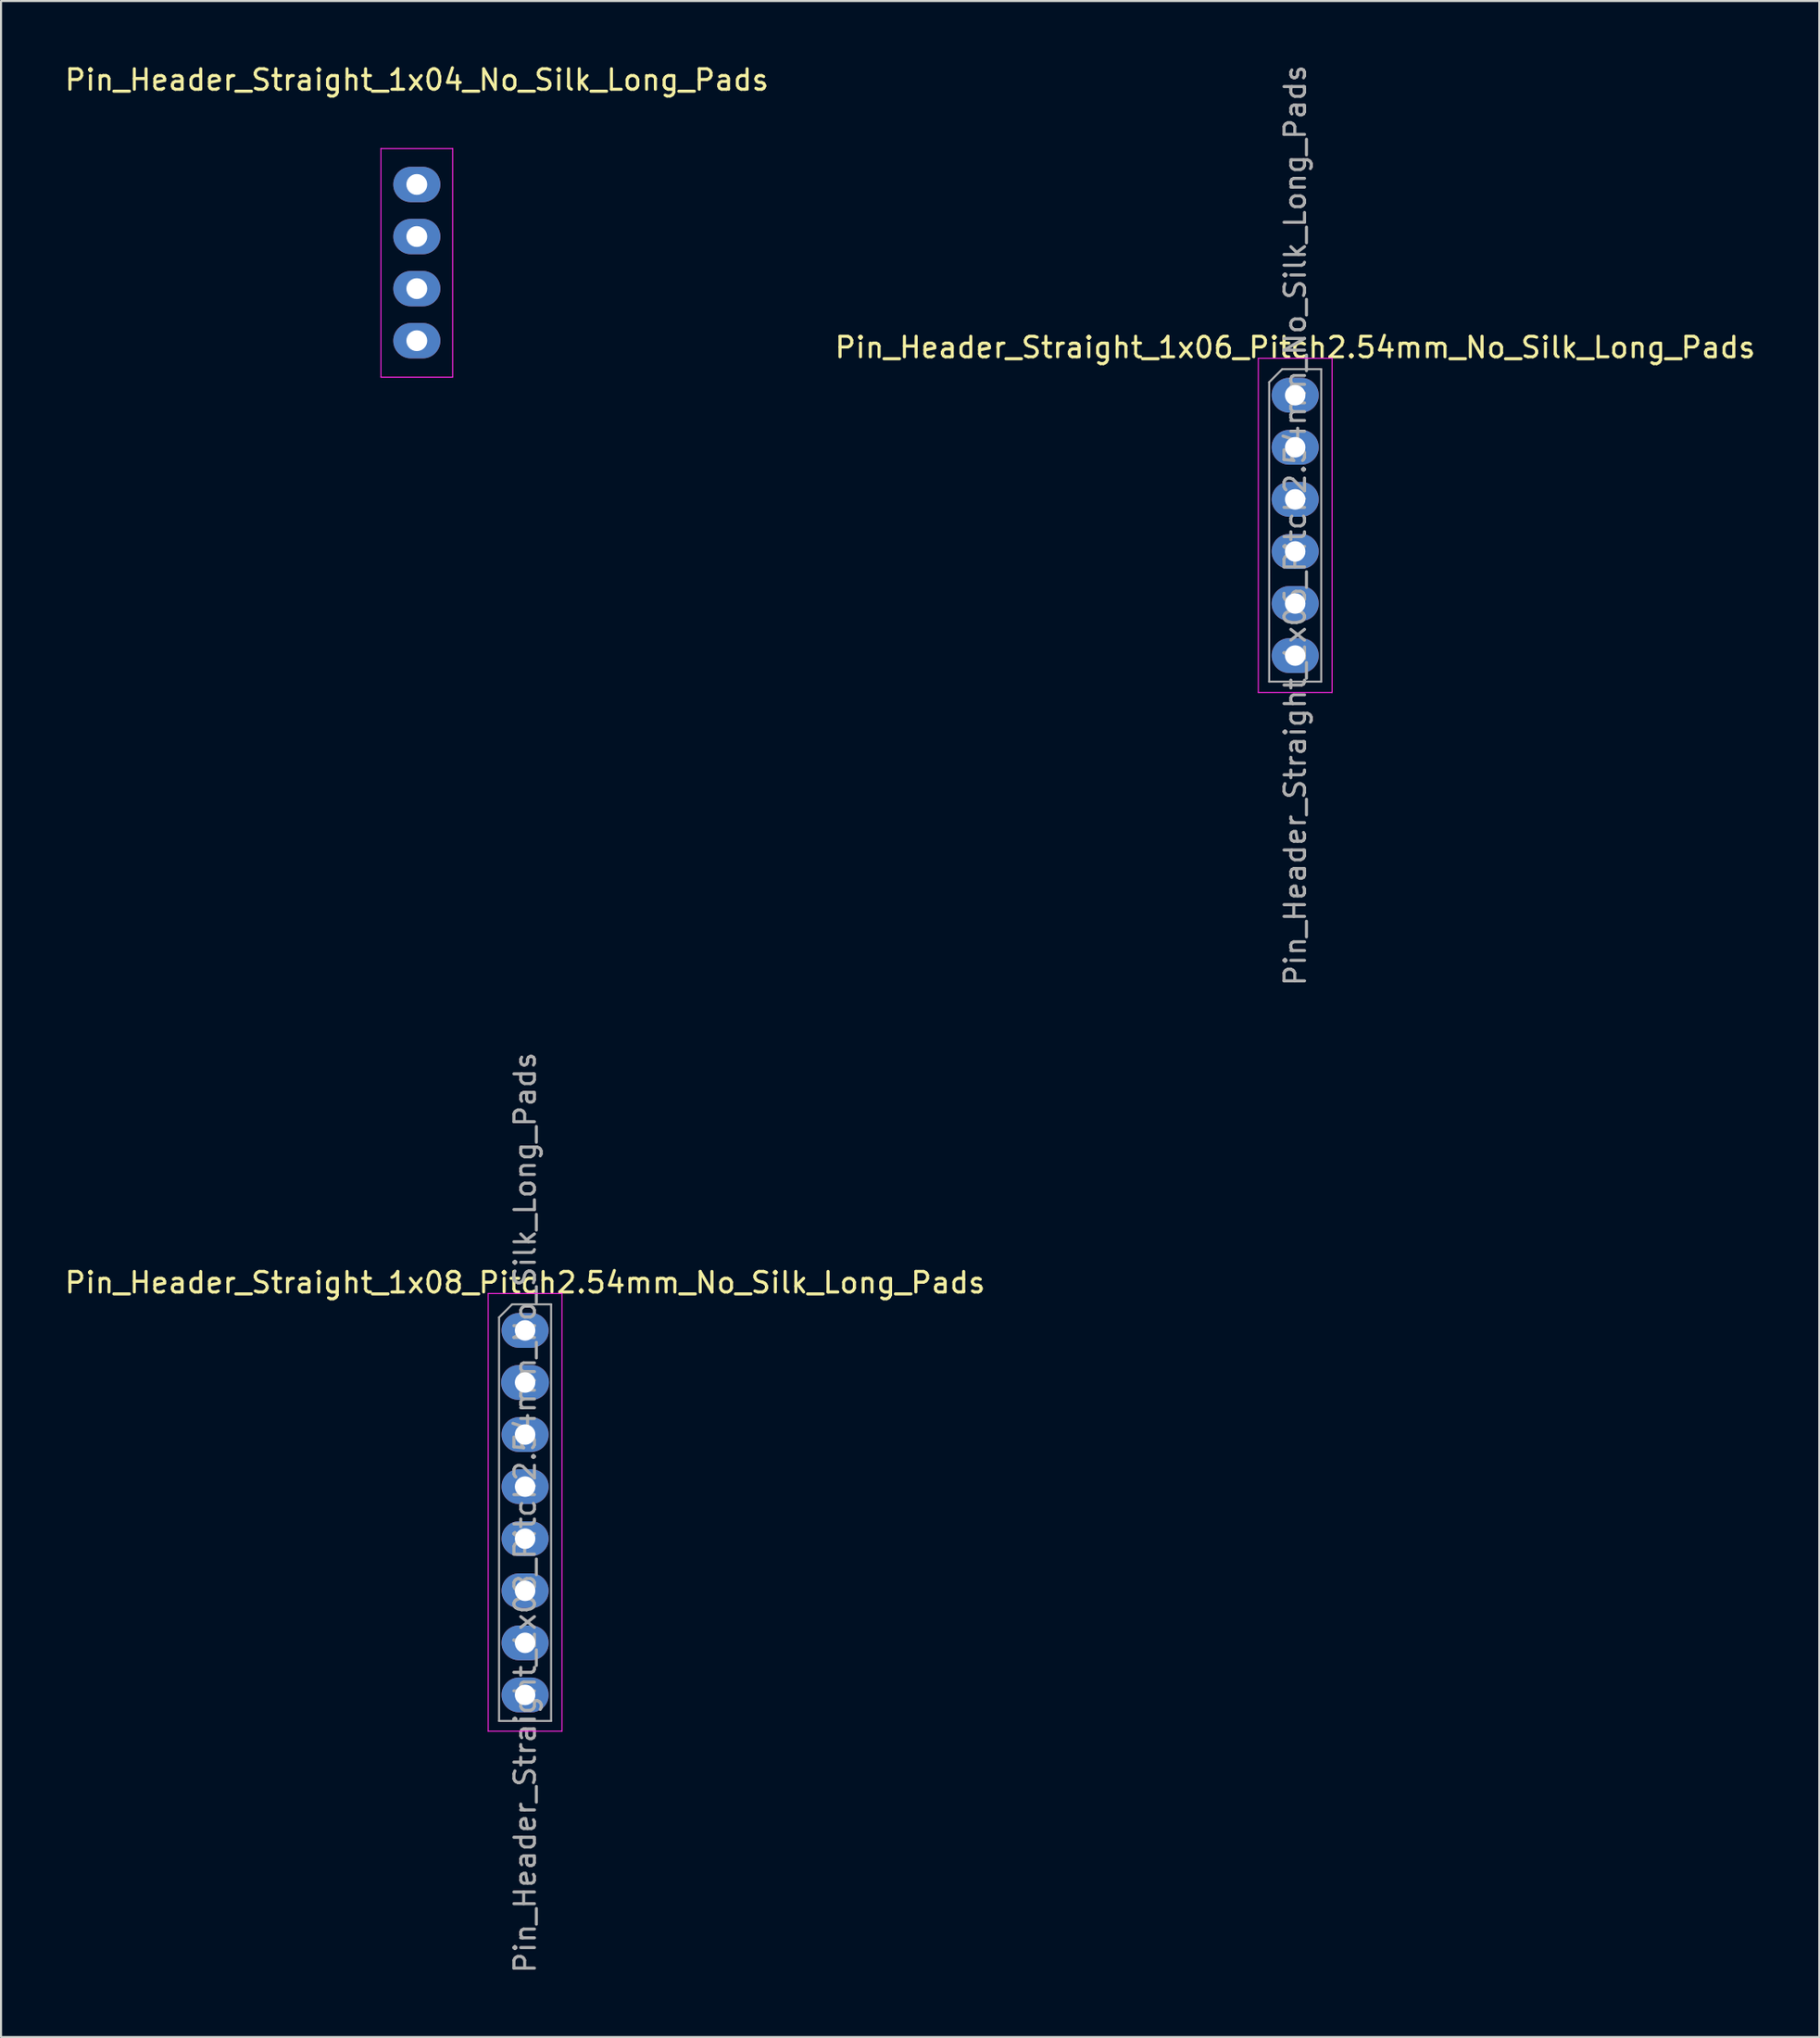
<source format=kicad_pcb>
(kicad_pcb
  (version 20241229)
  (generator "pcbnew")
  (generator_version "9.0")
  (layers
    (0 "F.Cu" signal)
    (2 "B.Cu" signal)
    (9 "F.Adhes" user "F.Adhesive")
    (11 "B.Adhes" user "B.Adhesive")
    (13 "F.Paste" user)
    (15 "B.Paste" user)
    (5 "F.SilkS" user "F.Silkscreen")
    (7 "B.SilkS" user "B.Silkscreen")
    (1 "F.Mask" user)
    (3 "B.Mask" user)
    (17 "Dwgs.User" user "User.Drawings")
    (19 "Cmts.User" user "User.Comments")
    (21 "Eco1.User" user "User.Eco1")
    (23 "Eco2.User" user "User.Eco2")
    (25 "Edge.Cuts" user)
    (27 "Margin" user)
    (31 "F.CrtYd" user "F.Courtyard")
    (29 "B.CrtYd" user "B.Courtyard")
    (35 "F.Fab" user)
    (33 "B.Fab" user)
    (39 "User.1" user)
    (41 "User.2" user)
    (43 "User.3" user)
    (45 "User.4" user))
  (footprint "Pin_Header_Straight_1x06_Pitch2.54mm_No_Silk_Long_Pads"
    (layer "F.Cu")
    (at 60.161 16.227)
    (property "Reference" "Pin_Header_Straight_1x06_Pitch2.54mm_No_Silk_Long_Pads" (at 0 -2.33 0) (layer "F.SilkS") (effects (font (size 1 1) (thickness 0.15))))
    (attr through_hole)
    (fp_line (start -1.8 -1.8) (end -1.8 14.5) (stroke (width 0.05) (type solid)) (layer "F.CrtYd"))
    (fp_line (start -1.8 14.5) (end 1.8 14.5) (stroke (width 0.05) (type solid)) (layer "F.CrtYd"))
    (fp_line (start 1.8 -1.8) (end -1.8 -1.8) (stroke (width 0.05) (type solid)) (layer "F.CrtYd"))
    (fp_line (start 1.8 14.5) (end 1.8 -1.8) (stroke (width 0.05) (type solid)) (layer "F.CrtYd"))
    (fp_line (start -1.27 -0.635) (end -0.635 -1.27) (stroke (width 0.1) (type solid)) (layer "F.Fab"))
    (fp_line (start -1.27 13.97) (end -1.27 -0.635) (stroke (width 0.1) (type solid)) (layer "F.Fab"))
    (fp_line (start -0.635 -1.27) (end 1.27 -1.27) (stroke (width 0.1) (type solid)) (layer "F.Fab"))
    (fp_line (start 1.27 -1.27) (end 1.27 13.97) (stroke (width 0.1) (type solid)) (layer "F.Fab"))
    (fp_line (start 1.27 13.97) (end -1.27 13.97) (stroke (width 0.1) (type solid)) (layer "F.Fab"))
    (fp_text user "${REFERENCE}" (at 0 6.35 90) (layer "F.Fab") (effects (font (size 1 1) (thickness 0.15))))
    (pad "1" thru_hole oval (at 0 0) (size 2.3 1.7) (drill 1) (layers "*.Cu" "*.Mask"))
    (pad "2" thru_hole oval (at 0 2.54) (size 2.3 1.7) (drill 1) (layers "*.Cu" "*.Mask"))
    (pad "3" thru_hole oval (at 0 5.08) (size 2.3 1.7) (drill 1) (layers "*.Cu" "*.Mask"))
    (pad "4" thru_hole oval (at 0 7.62) (size 2.3 1.7) (drill 1) (layers "*.Cu" "*.Mask"))
    (pad "5" thru_hole oval (at 0 10.16) (size 2.3 1.7) (drill 1) (layers "*.Cu" "*.Mask"))
    (pad "6" thru_hole oval (at 0 12.7) (size 2.3 1.7) (drill 1) (layers "*.Cu" "*.Mask")))
  (footprint "Pin_Header_Straight_1x08_Pitch2.54mm_No_Silk_Long_Pads"
    (layer "F.Cu")
    (at 22.577 61.842)
    (property "Reference" "Pin_Header_Straight_1x08_Pitch2.54mm_No_Silk_Long_Pads" (at 0 -2.33 0) (layer "F.SilkS") (effects (font (size 1 1) (thickness 0.15))))
    (attr through_hole)
    (fp_line (start -1.8 -1.8) (end -1.8 19.55) (stroke (width 0.05) (type solid)) (layer "F.CrtYd"))
    (fp_line (start -1.8 19.55) (end 1.8 19.55) (stroke (width 0.05) (type solid)) (layer "F.CrtYd"))
    (fp_line (start 1.8 -1.8) (end -1.8 -1.8) (stroke (width 0.05) (type solid)) (layer "F.CrtYd"))
    (fp_line (start 1.8 19.55) (end 1.8 -1.8) (stroke (width 0.05) (type solid)) (layer "F.CrtYd"))
    (fp_line (start -1.27 -0.635) (end -0.635 -1.27) (stroke (width 0.1) (type solid)) (layer "F.Fab"))
    (fp_line (start -1.27 19.05) (end -1.27 -0.635) (stroke (width 0.1) (type solid)) (layer "F.Fab"))
    (fp_line (start -0.635 -1.27) (end 1.27 -1.27) (stroke (width 0.1) (type solid)) (layer "F.Fab"))
    (fp_line (start 1.27 -1.27) (end 1.27 19.05) (stroke (width 0.1) (type solid)) (layer "F.Fab"))
    (fp_line (start 1.27 19.05) (end -1.27 19.05) (stroke (width 0.1) (type solid)) (layer "F.Fab"))
    (fp_text user "${REFERENCE}" (at 0 8.89 90) (layer "F.Fab") (effects (font (size 1 1) (thickness 0.15))))
    (pad "1" thru_hole oval (at 0 0) (size 2.3 1.7) (drill 1) (layers "*.Cu" "*.Mask"))
    (pad "2" thru_hole oval (at 0 2.54) (size 2.34 1.7) (drill 1) (layers "*.Cu" "*.Mask"))
    (pad "3" thru_hole oval (at 0 5.08) (size 2.3 1.7) (drill 1) (layers "*.Cu" "*.Mask"))
    (pad "4" thru_hole oval (at 0 7.62) (size 2.3 1.7) (drill 1) (layers "*.Cu" "*.Mask"))
    (pad "5" thru_hole oval (at 0 10.16) (size 2.3 1.7) (drill 1) (layers "*.Cu" "*.Mask"))
    (pad "6" thru_hole oval (at 0 12.7) (size 2.3 1.7) (drill 1) (layers "*.Cu" "*.Mask"))
    (pad "7" thru_hole oval (at 0 15.24) (size 2.3 1.7) (drill 1) (layers "*.Cu" "*.Mask"))
    (pad "8" thru_hole oval (at 0 17.78) (size 2.3 1.7) (drill 1) (layers "*.Cu" "*.Mask")))
  (footprint "Pin_Header_Straight_1x04_No_Silk_Long_Pads"
    (layer "F.Cu")
    (at 17.292 5.948)
    (property "Reference" "Pin_Header_Straight_1x04_No_Silk_Long_Pads" (at 0 -5.1 0) (layer "F.SilkS") (effects (font (size 1 1) (thickness 0.15))))
    (attr through_hole)
    (fp_line (start -1.75 -1.75) (end -1.75 9.4) (stroke (width 0.05) (type solid)) (layer "F.CrtYd"))
    (fp_line (start -1.75 -1.75) (end 1.75 -1.75) (stroke (width 0.05) (type solid)) (layer "F.CrtYd"))
    (fp_line (start -1.75 9.4) (end 1.75 9.4) (stroke (width 0.05) (type solid)) (layer "F.CrtYd"))
    (fp_line (start 1.75 -1.75) (end 1.75 9.4) (stroke (width 0.05) (type solid)) (layer "F.CrtYd"))
    (pad "1" thru_hole oval (at 0 0) (size 2.3 1.727) (drill 1.016) (layers "*.Cu" "*.Mask"))
    (pad "2" thru_hole oval (at 0 2.54) (size 2.3 1.727) (drill 1.016) (layers "*.Cu" "*.Mask"))
    (pad "3" thru_hole oval (at 0 5.08) (size 2.3 1.727) (drill 1.016) (layers "*.Cu" "*.Mask"))
    (pad "4" thru_hole oval (at 0 7.62) (size 2.3 1.727) (drill 1.016) (layers "*.Cu" "*.Mask")))
  (gr_rect
    (start -3 -3)
    (end 85.738 96.31)
    (stroke (width 0.1) (type default))
    (fill no)
    (layer "Edge.Cuts")))
</source>
